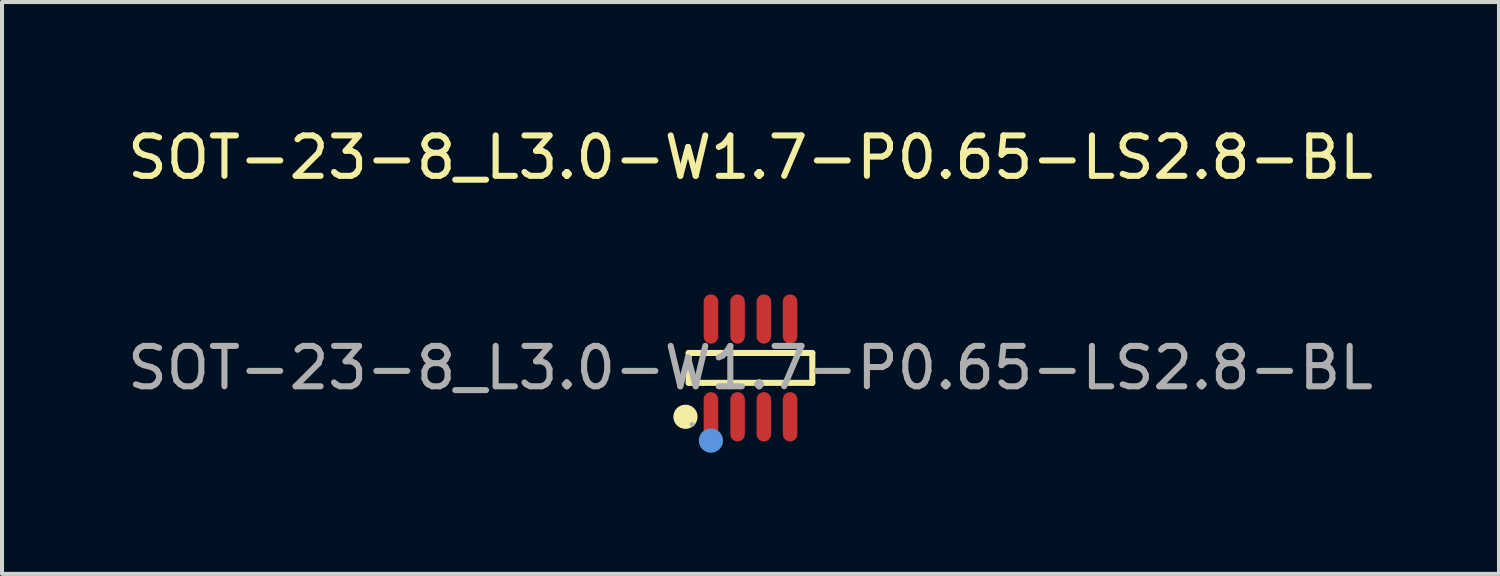
<source format=kicad_pcb>
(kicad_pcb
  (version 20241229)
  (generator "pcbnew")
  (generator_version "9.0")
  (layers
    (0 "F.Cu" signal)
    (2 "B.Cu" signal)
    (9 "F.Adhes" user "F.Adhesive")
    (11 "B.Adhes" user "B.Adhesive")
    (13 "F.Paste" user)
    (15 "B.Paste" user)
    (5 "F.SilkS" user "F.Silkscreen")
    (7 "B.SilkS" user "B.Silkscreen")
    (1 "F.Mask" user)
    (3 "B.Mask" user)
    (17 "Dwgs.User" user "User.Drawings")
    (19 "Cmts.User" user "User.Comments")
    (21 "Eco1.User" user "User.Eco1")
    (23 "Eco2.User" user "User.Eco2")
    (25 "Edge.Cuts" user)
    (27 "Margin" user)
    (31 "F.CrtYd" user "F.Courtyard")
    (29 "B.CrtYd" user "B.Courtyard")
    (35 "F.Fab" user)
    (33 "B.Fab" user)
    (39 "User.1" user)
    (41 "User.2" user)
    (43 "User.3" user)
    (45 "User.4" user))
  (footprint "SOT-23-8_L3.0-W1.7-P0.65-LS2.8-BL"
    (layer "F.Cu")
    (at 15.53 6.058)
    (property "Reference" "SOT-23-8_L3.0-W1.7-P0.65-LS2.8-BL" (at 0 -5.21 0) (layer "F.SilkS") (effects (font (size 1 1) (thickness 0.15))))
    (attr smd)
    (fp_line (start -1.53 -0.37) (end 1.53 -0.37) (stroke (width 0.15) (type solid)) (layer "F.SilkS"))
    (fp_line (start -1.53 0.37) (end -1.53 -0.37) (stroke (width 0.15) (type solid)) (layer "F.SilkS"))
    (fp_line (start 1.53 -0.37) (end 1.53 0.37) (stroke (width 0.15) (type solid)) (layer "F.SilkS"))
    (fp_line (start 1.53 0.37) (end -1.53 0.37) (stroke (width 0.15) (type solid)) (layer "F.SilkS"))
    (fp_circle (center -1.61 1.21) (end -1.46 1.21) (stroke (width 0.3) (type solid)) (fill no) (layer "F.SilkS"))
    (fp_circle (center -0.98 1.8) (end -0.83 1.8) (stroke (width 0.3) (type solid)) (fill no) (layer "Cmts.User"))
    (fp_circle (center -1.45 1.4) (end -1.42 1.4) (stroke (width 0.06) (type solid)) (fill no) (layer "F.Fab"))
    (fp_text user "${REFERENCE}" (at 0 0 0) (layer "F.Fab") (effects (font (size 1 1) (thickness 0.15))))
    (pad "1" smd oval (at -0.98 1.21) (size 0.36 1.22) (layers "F.Cu" "F.Mask" "F.Paste"))
    (pad "2" smd oval (at -0.32 1.21) (size 0.36 1.22) (layers "F.Cu" "F.Mask" "F.Paste"))
    (pad "3" smd oval (at 0.33 1.21) (size 0.36 1.22) (layers "F.Cu" "F.Mask" "F.Paste"))
    (pad "4" smd oval (at 0.98 1.21) (size 0.36 1.22) (layers "F.Cu" "F.Mask" "F.Paste"))
    (pad "5" smd oval (at 0.98 -1.21) (size 0.36 1.22) (layers "F.Cu" "F.Mask" "F.Paste"))
    (pad "6" smd oval (at 0.33 -1.21) (size 0.36 1.22) (layers "F.Cu" "F.Mask" "F.Paste"))
    (pad "7" smd oval (at -0.32 -1.21) (size 0.36 1.22) (layers "F.Cu" "F.Mask" "F.Paste"))
    (pad "8" smd oval (at -0.98 -1.21) (size 0.36 1.22) (layers "F.Cu" "F.Mask" "F.Paste")))
  (gr_rect
    (start -3 -3)
    (end 34.06 11.158)
    (stroke (width 0.1) (type default))
    (fill no)
    (layer "Edge.Cuts")))
</source>
